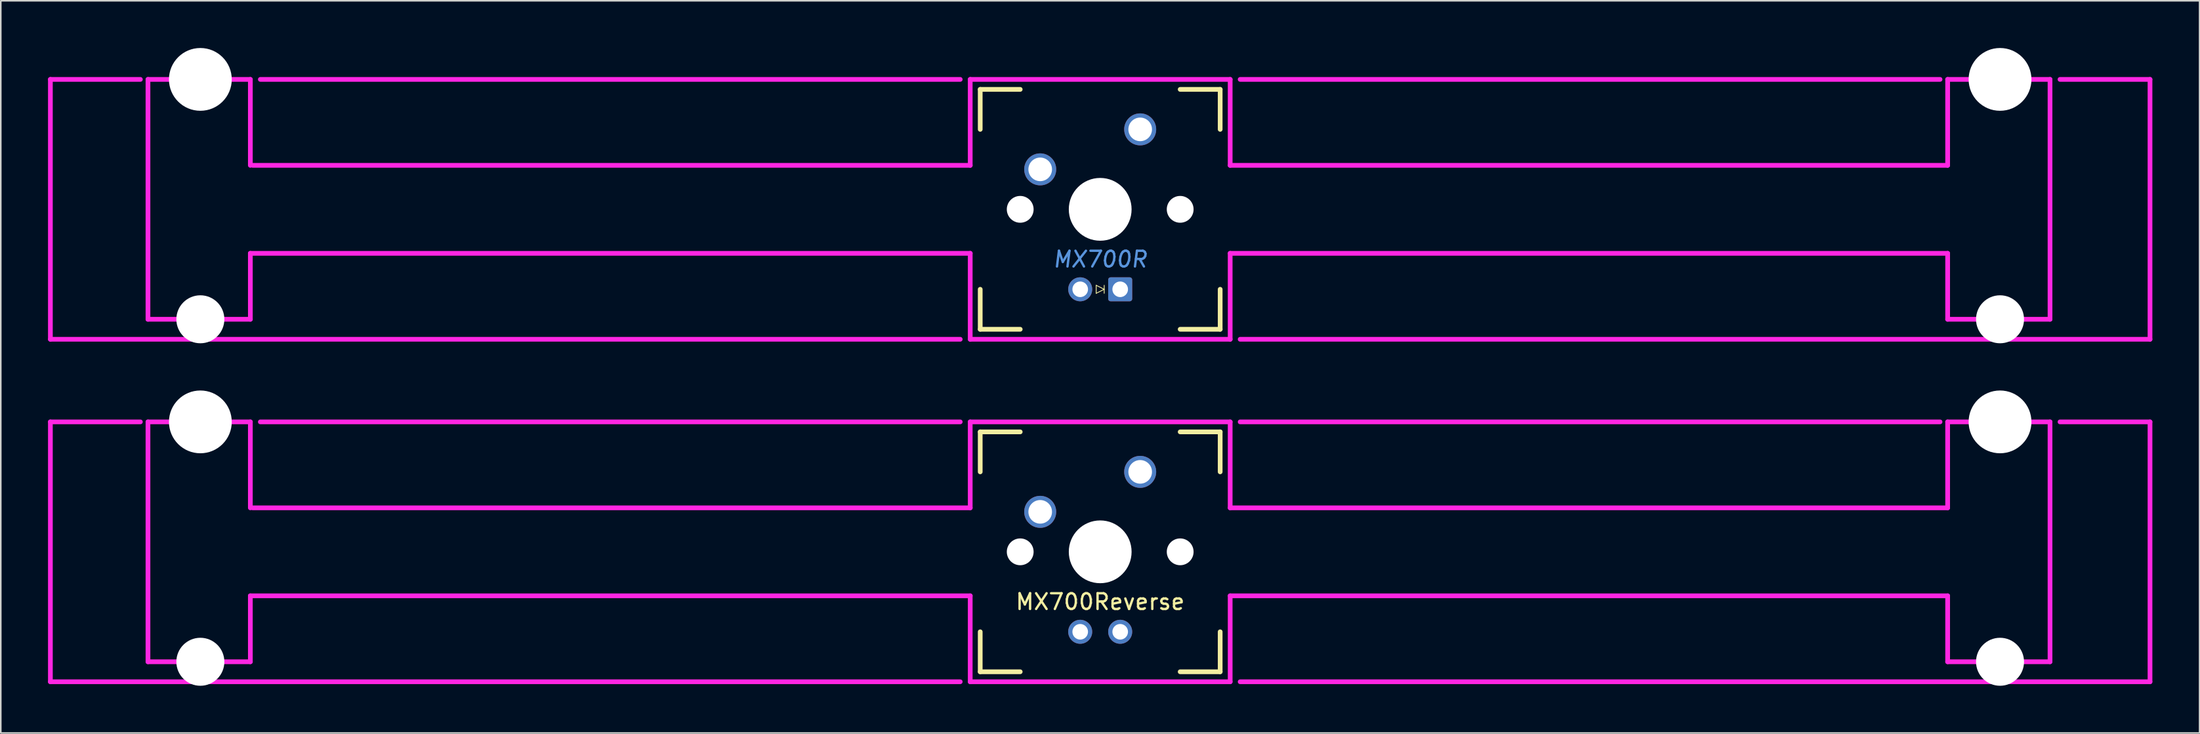
<source format=kicad_pcb>
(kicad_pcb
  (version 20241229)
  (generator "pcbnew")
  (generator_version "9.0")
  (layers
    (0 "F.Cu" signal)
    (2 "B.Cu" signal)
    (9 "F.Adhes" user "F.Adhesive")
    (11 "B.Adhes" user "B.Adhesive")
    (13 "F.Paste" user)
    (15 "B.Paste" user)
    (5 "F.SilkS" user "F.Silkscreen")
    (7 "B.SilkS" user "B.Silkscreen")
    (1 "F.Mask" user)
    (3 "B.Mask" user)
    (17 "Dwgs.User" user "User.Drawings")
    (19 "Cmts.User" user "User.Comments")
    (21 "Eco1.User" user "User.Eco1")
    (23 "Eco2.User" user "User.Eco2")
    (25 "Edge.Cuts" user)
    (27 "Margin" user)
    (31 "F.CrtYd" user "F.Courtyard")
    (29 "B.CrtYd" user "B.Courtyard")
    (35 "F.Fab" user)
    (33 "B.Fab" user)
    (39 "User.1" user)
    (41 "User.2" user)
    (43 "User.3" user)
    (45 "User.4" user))
  (footprint "MX700R"
    (layer "F.Cu")
    (at 66.825 10.249)
    (property "Reference" "MX700R" (at 0 3.175 0) (layer "Cmts.User") (effects (font (size 1 1) (thickness 0.15) (italic yes))))
    (attr through_hole)
    (fp_line (start -7.62 -7.62) (end -7.62 -5.08) (stroke (width 0.3) (type solid)) (layer "F.SilkS"))
    (fp_line (start -7.62 -7.62) (end -5.08 -7.62) (stroke (width 0.3) (type solid)) (layer "F.SilkS"))
    (fp_line (start -7.62 7.62) (end -7.62 5.08) (stroke (width 0.3) (type solid)) (layer "F.SilkS"))
    (fp_line (start -7.62 7.62) (end -5.08 7.62) (stroke (width 0.3) (type solid)) (layer "F.SilkS"))
    (fp_line (start -0.254 4.826) (end -0.254 5.334) (stroke (width 0.051) (type solid)) (layer "F.SilkS"))
    (fp_line (start -0.254 5.334) (end 0.254 5.08) (stroke (width 0.051) (type solid)) (layer "F.SilkS"))
    (fp_line (start 0.254 4.826) (end 0.254 5.334) (stroke (width 0.051) (type solid)) (layer "F.SilkS"))
    (fp_line (start 0.254 5.08) (end -0.254 4.826) (stroke (width 0.051) (type solid)) (layer "F.SilkS"))
    (fp_line (start 7.62 -7.62) (end 5.08 -7.62) (stroke (width 0.3) (type solid)) (layer "F.SilkS"))
    (fp_line (start 7.62 -7.62) (end 7.62 -5.08) (stroke (width 0.3) (type solid)) (layer "F.SilkS"))
    (fp_line (start 7.62 7.62) (end 5.08 7.62) (stroke (width 0.3) (type solid)) (layer "F.SilkS"))
    (fp_line (start 7.62 7.62) (end 7.62 5.08) (stroke (width 0.3) (type solid)) (layer "F.SilkS"))
    (fp_line (start -66.675 -8.255) (end -66.675 8.255) (stroke (width 0.3) (type solid)) (layer "F.CrtYd"))
    (fp_line (start -66.675 -8.255) (end -60.96 -8.255) (stroke (width 0.3) (type solid)) (layer "F.CrtYd"))
    (fp_line (start -66.675 8.255) (end -8.89 8.255) (stroke (width 0.3) (type solid)) (layer "F.CrtYd"))
    (fp_line (start -60.477 -8.255) (end -60.477 6.985) (stroke (width 0.3) (type solid)) (layer "F.CrtYd"))
    (fp_line (start -53.975 -8.255) (end -60.477 -8.255) (stroke (width 0.3) (type solid)) (layer "F.CrtYd"))
    (fp_line (start -53.975 -8.255) (end -53.975 -2.794) (stroke (width 0.3) (type solid)) (layer "F.CrtYd"))
    (fp_line (start -53.975 2.794) (end -53.975 6.985) (stroke (width 0.3) (type solid)) (layer "F.CrtYd"))
    (fp_line (start -53.975 2.794) (end -8.255 2.794) (stroke (width 0.3) (type solid)) (layer "F.CrtYd"))
    (fp_line (start -53.975 6.985) (end -60.477 6.985) (stroke (width 0.3) (type solid)) (layer "F.CrtYd"))
    (fp_line (start -53.823 -2.794) (end -8.255 -2.794) (stroke (width 0.3) (type solid)) (layer "F.CrtYd"))
    (fp_line (start -53.34 -8.255) (end -8.89 -8.255) (stroke (width 0.3) (type solid)) (layer "F.CrtYd"))
    (fp_line (start -8.255 -8.255) (end -8.255 -2.794) (stroke (width 0.3) (type solid)) (layer "F.CrtYd"))
    (fp_line (start -8.255 2.794) (end -8.255 8.255) (stroke (width 0.3) (type solid)) (layer "F.CrtYd"))
    (fp_line (start -8.255 8.255) (end 8.255 8.255) (stroke (width 0.3) (type solid)) (layer "F.CrtYd"))
    (fp_line (start 8.255 -8.255) (end -8.255 -8.255) (stroke (width 0.3) (type solid)) (layer "F.CrtYd"))
    (fp_line (start 8.255 -8.255) (end 8.255 -2.794) (stroke (width 0.3) (type solid)) (layer "F.CrtYd"))
    (fp_line (start 8.255 2.794) (end 8.255 8.255) (stroke (width 0.3) (type solid)) (layer "F.CrtYd"))
    (fp_line (start 8.89 8.255) (end 66.675 8.255) (stroke (width 0.3) (type solid)) (layer "F.CrtYd"))
    (fp_line (start 53.34 -8.255) (end 8.89 -8.255) (stroke (width 0.3) (type solid)) (layer "F.CrtYd"))
    (fp_line (start 53.823 -8.255) (end 53.823 -2.794) (stroke (width 0.3) (type solid)) (layer "F.CrtYd"))
    (fp_line (start 53.823 -2.794) (end 8.255 -2.794) (stroke (width 0.3) (type solid)) (layer "F.CrtYd"))
    (fp_line (start 53.823 2.794) (end 8.255 2.794) (stroke (width 0.3) (type solid)) (layer "F.CrtYd"))
    (fp_line (start 53.823 2.794) (end 53.823 6.985) (stroke (width 0.3) (type solid)) (layer "F.CrtYd"))
    (fp_line (start 60.325 -8.255) (end 53.823 -8.255) (stroke (width 0.3) (type solid)) (layer "F.CrtYd"))
    (fp_line (start 60.325 -8.255) (end 60.325 6.985) (stroke (width 0.3) (type solid)) (layer "F.CrtYd"))
    (fp_line (start 60.325 6.985) (end 53.823 6.985) (stroke (width 0.3) (type solid)) (layer "F.CrtYd"))
    (fp_line (start 60.96 -8.255) (end 66.675 -8.255) (stroke (width 0.3) (type solid)) (layer "F.CrtYd"))
    (fp_line (start 66.675 -8.255) (end 66.675 8.255) (stroke (width 0.3) (type solid)) (layer "F.CrtYd"))
    (pad "" np_thru_hole circle (at -57.15 -8.255) (size 3.988 3.988) (drill 3.988) (layers "*.Cu" "*.Mask"))
    (pad "" np_thru_hole circle (at -57.15 6.985) (size 3.048 3.048) (drill 3.048) (layers "*.Cu" "*.Mask"))
    (pad "" np_thru_hole circle (at -5.08 0) (size 1.702 1.702) (drill 1.702) (layers "*.Cu" "*.Mask"))
    (pad "" np_thru_hole circle (at 0 0) (size 3.988 3.988) (drill 3.988) (layers "*.Cu" "*.Mask"))
    (pad "" np_thru_hole circle (at 5.08 0) (size 1.702 1.702) (drill 1.702) (layers "*.Cu" "*.Mask"))
    (pad "" np_thru_hole circle (at 57.15 -8.255) (size 3.988 3.988) (drill 3.988) (layers "*.Cu" "*.Mask"))
    (pad "" np_thru_hole circle (at 57.15 6.985) (size 3.048 3.048) (drill 3.048) (layers "*.Cu" "*.Mask"))
    (pad "1" thru_hole circle (at -3.81 -2.54) (size 2.032 2.032) (drill 1.499) (layers "*.Cu" "*.Mask"))
    (pad "2" thru_hole circle (at 2.54 -5.08) (size 2.032 2.032) (drill 1.499) (layers "*.Cu" "*.Mask"))
    (pad "A" thru_hole circle (at -1.27 5.08) (size 1.524 1.524) (drill 0.991) (layers "*.Cu" "*.Mask"))
    (pad "K" thru_hole roundrect (at 1.27 5.08) (size 1.524 1.524) (drill 0.991) (layers "*.Cu" "*.Mask") (roundrect_rratio 0.1)))
  (footprint "MX700Reverse"
    (layer "F.Cu")
    (at 66.825 32.007)
    (property "Reference" "MX700Reverse" (at 0 3.175 0) (layer "F.SilkS") (effects (font (size 1 1) (thickness 0.15))))
    (attr through_hole)
    (fp_line (start -7.62 -7.62) (end -7.62 -5.08) (stroke (width 0.3) (type solid)) (layer "F.SilkS"))
    (fp_line (start -7.62 -7.62) (end -5.08 -7.62) (stroke (width 0.3) (type solid)) (layer "F.SilkS"))
    (fp_line (start -7.62 7.62) (end -7.62 5.08) (stroke (width 0.3) (type solid)) (layer "F.SilkS"))
    (fp_line (start -7.62 7.62) (end -5.08 7.62) (stroke (width 0.3) (type solid)) (layer "F.SilkS"))
    (fp_line (start 7.62 -7.62) (end 5.08 -7.62) (stroke (width 0.3) (type solid)) (layer "F.SilkS"))
    (fp_line (start 7.62 -7.62) (end 7.62 -5.08) (stroke (width 0.3) (type solid)) (layer "F.SilkS"))
    (fp_line (start 7.62 7.62) (end 5.08 7.62) (stroke (width 0.3) (type solid)) (layer "F.SilkS"))
    (fp_line (start 7.62 7.62) (end 7.62 5.08) (stroke (width 0.3) (type solid)) (layer "F.SilkS"))
    (fp_line (start -66.675 -8.255) (end -66.675 8.255) (stroke (width 0.3) (type solid)) (layer "F.CrtYd"))
    (fp_line (start -66.675 -8.255) (end -60.96 -8.255) (stroke (width 0.3) (type solid)) (layer "F.CrtYd"))
    (fp_line (start -66.675 8.255) (end -8.89 8.255) (stroke (width 0.3) (type solid)) (layer "F.CrtYd"))
    (fp_line (start -60.477 -8.255) (end -60.477 6.985) (stroke (width 0.3) (type solid)) (layer "F.CrtYd"))
    (fp_line (start -53.975 -8.255) (end -60.477 -8.255) (stroke (width 0.3) (type solid)) (layer "F.CrtYd"))
    (fp_line (start -53.975 -8.255) (end -53.975 -2.794) (stroke (width 0.3) (type solid)) (layer "F.CrtYd"))
    (fp_line (start -53.975 2.794) (end -53.975 6.985) (stroke (width 0.3) (type solid)) (layer "F.CrtYd"))
    (fp_line (start -53.975 2.794) (end -8.255 2.794) (stroke (width 0.3) (type solid)) (layer "F.CrtYd"))
    (fp_line (start -53.975 6.985) (end -60.477 6.985) (stroke (width 0.3) (type solid)) (layer "F.CrtYd"))
    (fp_line (start -53.823 -2.794) (end -8.255 -2.794) (stroke (width 0.3) (type solid)) (layer "F.CrtYd"))
    (fp_line (start -53.34 -8.255) (end -8.89 -8.255) (stroke (width 0.3) (type solid)) (layer "F.CrtYd"))
    (fp_line (start -8.255 -8.255) (end -8.255 -2.794) (stroke (width 0.3) (type solid)) (layer "F.CrtYd"))
    (fp_line (start -8.255 2.794) (end -8.255 8.255) (stroke (width 0.3) (type solid)) (layer "F.CrtYd"))
    (fp_line (start -8.255 8.255) (end 8.255 8.255) (stroke (width 0.3) (type solid)) (layer "F.CrtYd"))
    (fp_line (start 8.255 -8.255) (end -8.255 -8.255) (stroke (width 0.3) (type solid)) (layer "F.CrtYd"))
    (fp_line (start 8.255 -8.255) (end 8.255 -2.794) (stroke (width 0.3) (type solid)) (layer "F.CrtYd"))
    (fp_line (start 8.255 2.794) (end 8.255 8.255) (stroke (width 0.3) (type solid)) (layer "F.CrtYd"))
    (fp_line (start 8.89 8.255) (end 66.675 8.255) (stroke (width 0.3) (type solid)) (layer "F.CrtYd"))
    (fp_line (start 53.34 -8.255) (end 8.89 -8.255) (stroke (width 0.3) (type solid)) (layer "F.CrtYd"))
    (fp_line (start 53.823 -8.255) (end 53.823 -2.794) (stroke (width 0.3) (type solid)) (layer "F.CrtYd"))
    (fp_line (start 53.823 -2.794) (end 8.255 -2.794) (stroke (width 0.3) (type solid)) (layer "F.CrtYd"))
    (fp_line (start 53.823 2.794) (end 8.255 2.794) (stroke (width 0.3) (type solid)) (layer "F.CrtYd"))
    (fp_line (start 53.823 2.794) (end 53.823 6.985) (stroke (width 0.3) (type solid)) (layer "F.CrtYd"))
    (fp_line (start 60.325 -8.255) (end 53.823 -8.255) (stroke (width 0.3) (type solid)) (layer "F.CrtYd"))
    (fp_line (start 60.325 -8.255) (end 60.325 6.985) (stroke (width 0.3) (type solid)) (layer "F.CrtYd"))
    (fp_line (start 60.325 6.985) (end 53.823 6.985) (stroke (width 0.3) (type solid)) (layer "F.CrtYd"))
    (fp_line (start 60.96 -8.255) (end 66.675 -8.255) (stroke (width 0.3) (type solid)) (layer "F.CrtYd"))
    (fp_line (start 66.675 -8.255) (end 66.675 8.255) (stroke (width 0.3) (type solid)) (layer "F.CrtYd"))
    (pad "" np_thru_hole circle (at -57.15 -8.255) (size 3.988 3.988) (drill 3.988) (layers "*.Cu" "*.Mask"))
    (pad "" np_thru_hole circle (at -57.15 6.985) (size 3.048 3.048) (drill 3.048) (layers "*.Cu" "*.Mask"))
    (pad "" np_thru_hole circle (at -5.08 0) (size 1.702 1.702) (drill 1.702) (layers "*.Cu" "*.Mask"))
    (pad "" thru_hole circle (at -3.81 -2.54) (size 2.032 2.032) (drill 1.499) (layers "*.Cu" "*.Mask"))
    (pad "" thru_hole circle (at -1.27 5.08) (size 1.524 1.524) (drill 0.991) (layers "*.Cu" "*.Mask"))
    (pad "" np_thru_hole circle (at 0 0) (size 3.988 3.988) (drill 3.988) (layers "*.Cu" "*.Mask"))
    (pad "" thru_hole circle (at 1.27 5.08) (size 1.524 1.524) (drill 0.991) (layers "*.Cu" "*.Mask"))
    (pad "" np_thru_hole circle (at 5.08 0) (size 1.702 1.702) (drill 1.702) (layers "*.Cu" "*.Mask"))
    (pad "" np_thru_hole circle (at 57.15 -8.255) (size 3.988 3.988) (drill 3.988) (layers "*.Cu" "*.Mask"))
    (pad "" np_thru_hole circle (at 57.15 6.985) (size 3.048 3.048) (drill 3.048) (layers "*.Cu" "*.Mask"))
    (pad "1" thru_hole circle (at 2.54 -5.08) (size 2.032 2.032) (drill 1.499) (layers "*.Cu" "*.Mask")))
  (gr_rect
    (start -3 -3)
    (end 136.65 43.516)
    (stroke (width 0.1) (type default))
    (fill no)
    (layer "Edge.Cuts")))
</source>
